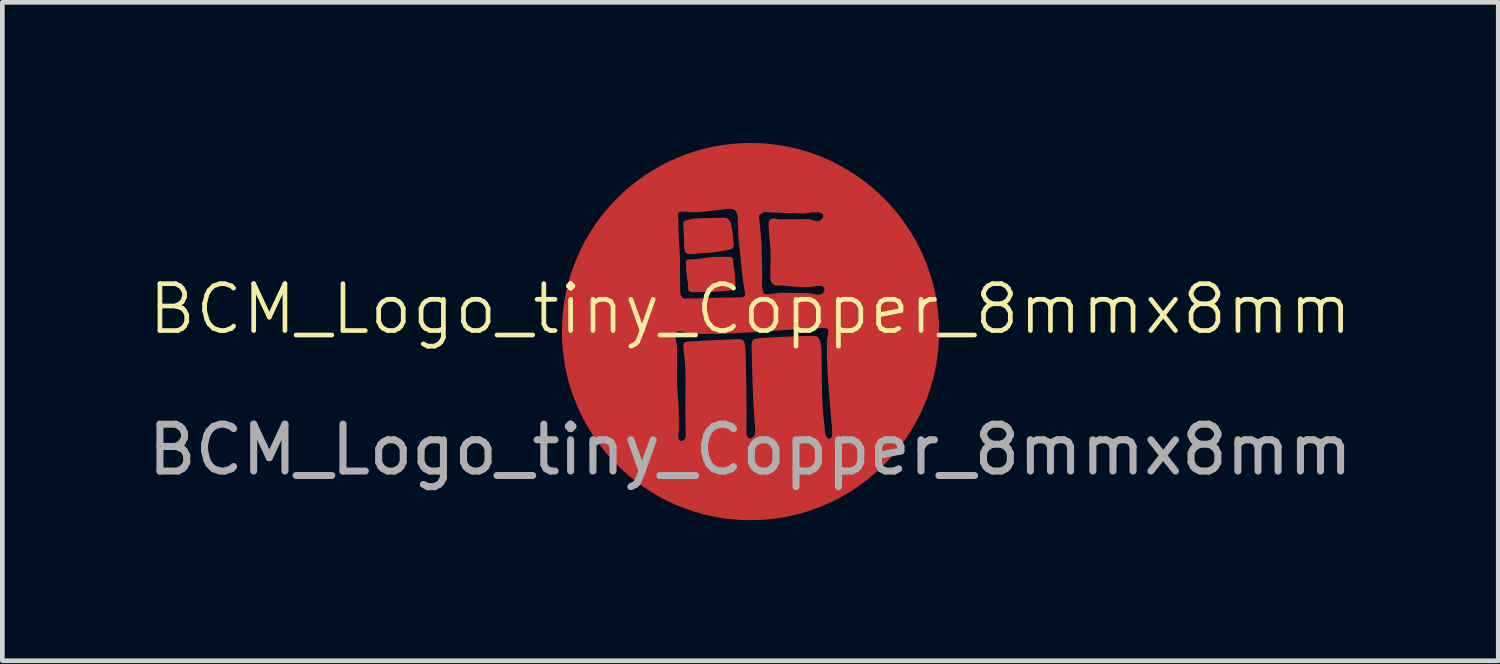
<source format=kicad_pcb>
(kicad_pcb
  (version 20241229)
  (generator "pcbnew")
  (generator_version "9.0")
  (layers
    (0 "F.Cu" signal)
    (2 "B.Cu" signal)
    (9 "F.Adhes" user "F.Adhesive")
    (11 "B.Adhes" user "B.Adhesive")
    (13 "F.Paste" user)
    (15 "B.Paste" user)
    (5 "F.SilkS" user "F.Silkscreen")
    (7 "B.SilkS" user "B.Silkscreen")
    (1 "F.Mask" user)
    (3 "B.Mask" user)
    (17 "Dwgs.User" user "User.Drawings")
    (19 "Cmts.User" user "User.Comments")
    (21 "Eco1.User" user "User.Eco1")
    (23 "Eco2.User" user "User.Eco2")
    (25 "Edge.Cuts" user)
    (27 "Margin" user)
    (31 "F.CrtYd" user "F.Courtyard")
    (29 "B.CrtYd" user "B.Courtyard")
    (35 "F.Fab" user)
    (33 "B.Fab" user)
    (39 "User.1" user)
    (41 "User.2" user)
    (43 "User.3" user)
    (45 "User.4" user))
  (footprint "BCM_Logo_tiny_Copper_8mmx8mm"
    (layer "F.Cu")
    (at 12.958 4.045)
    (property "Reference" "BCM_Logo_tiny_Copper_8mmx8mm" (at 0 -0.5 0) (unlocked yes) (layer "F.SilkS") (effects (font (size 1 1) (thickness 0.1))))
    (attr smd board_only exclude_from_bom)
    (fp_poly (pts (xy -0.422 -1.589) (xy -0.405 -1.58) (xy -0.395 -1.564) (xy -0.391 -1.491) (xy -0.367 -1.339) (xy -0.352 -1.196) (xy -0.342 -1.036) (xy -0.345 -0.984) (xy -0.357 -0.965) (xy -0.39 -0.944) (xy -0.44 -0.925) (xy -0.543 -0.914) (xy -0.875 -0.891) (xy -1.242 -0.888) (xy -1.286 -0.9) (xy -1.298 -0.925) (xy -1.3 -0.968) (xy -1.303 -1.048) (xy -1.318 -1.143) (xy -1.342 -1.324) (xy -1.34 -1.424) (xy -1.347 -1.509) (xy -1.339 -1.53) (xy -1.304 -1.533) (xy -1.2 -1.537) (xy -1.132 -1.542) (xy -1.013 -1.559) (xy -0.786 -1.586) (xy -0.547 -1.59)) (stroke (width 0.053) (type solid)) (fill yes) (layer "F.Cu"))
    (fp_poly (pts (xy -0.508 -2.413) (xy -0.483 -2.396) (xy -0.465 -2.372) (xy -0.445 -2.334) (xy -0.43 -2.268) (xy -0.418 -2.204) (xy -0.402 -2.124) (xy -0.382 -1.901) (xy -0.38 -1.858) (xy -0.389 -1.833) (xy -0.404 -1.811) (xy -0.432 -1.799) (xy -0.516 -1.781) (xy -0.693 -1.75) (xy -0.891 -1.727) (xy -1.113 -1.714) (xy -1.173 -1.703) (xy -1.281 -1.698) (xy -1.329 -1.704) (xy -1.359 -1.724) (xy -1.373 -1.743) (xy -1.384 -1.837) (xy -1.385 -1.943) (xy -1.405 -2.34) (xy -1.396 -2.351) (xy -1.387 -2.358) (xy -1.368 -2.367) (xy -1.331 -2.377) (xy -1.277 -2.39) (xy -1.196 -2.406) (xy -1.003 -2.414) (xy -0.862 -2.416) (xy -0.55 -2.424)) (stroke (width 0.053) (type solid)) (fill yes) (layer "F.Cu"))
    (fp_poly (pts (xy 0.21 -4.013) (xy 0.413 -3.997) (xy 0.613 -3.972) (xy 0.81 -3.937) (xy 1.003 -3.892) (xy 1.193 -3.838) (xy 1.379 -3.775) (xy 1.56 -3.704) (xy 1.738 -3.624) (xy 1.91 -3.535) (xy 2.077 -3.439) (xy 2.239 -3.335) (xy 2.396 -3.224) (xy 2.547 -3.105) (xy 2.692 -2.979) (xy 2.831 -2.847) (xy 2.963 -2.708) (xy 3.089 -2.563) (xy 3.208 -2.412) (xy 3.319 -2.255) (xy 3.423 -2.093) (xy 3.519 -1.926) (xy 3.608 -1.754) (xy 3.688 -1.576) (xy 3.759 -1.395) (xy 3.822 -1.209) (xy 3.876 -1.019) (xy 3.921 -0.826) (xy 3.956 -0.629) (xy 3.981 -0.429) (xy 3.997 -0.226) (xy 4.002 -0.02) (xy 3.997 0.185) (xy 3.981 0.388) (xy 3.956 0.588) (xy 3.921 0.785) (xy 3.876 0.979) (xy 3.822 1.168) (xy 3.759 1.354) (xy 3.688 1.536) (xy 3.608 1.713) (xy 3.519 1.885) (xy 3.423 2.052) (xy 3.319 2.215) (xy 3.208 2.371) (xy 3.089 2.522) (xy 2.963 2.667) (xy 2.831 2.806) (xy 2.692 2.939) (xy 2.547 3.064) (xy 2.396 3.183) (xy 2.239 3.294) (xy 2.077 3.398) (xy 1.91 3.495) (xy 1.738 3.583) (xy 1.56 3.663) (xy 1.379 3.734) (xy 1.193 3.797) (xy 1.003 3.851) (xy 0.81 3.896) (xy 0.613 3.931) (xy 0.413 3.956) (xy 0.21 3.972) (xy 0.004 3.977) (xy -0.201 3.972) (xy -0.404 3.956) (xy -0.604 3.931) (xy -0.801 3.896) (xy -0.995 3.851) (xy -1.184 3.797) (xy -1.37 3.734) (xy -1.552 3.663) (xy -1.729 3.583) (xy -1.901 3.495) (xy -2.068 3.398) (xy -2.231 3.294) (xy -2.387 3.183) (xy -2.538 3.064) (xy -2.683 2.939) (xy -2.822 2.806) (xy -2.955 2.667) (xy -3.08 2.522) (xy -3.199 2.371) (xy -3.31 2.215) (xy -3.414 2.052) (xy -3.511 1.885) (xy -3.599 1.713) (xy -3.679 1.536) (xy -3.75 1.354) (xy -3.813 1.168) (xy -3.867 0.979) (xy -3.912 0.785) (xy -3.947 0.588) (xy -3.972 0.388) (xy -3.988 0.185) (xy -3.99 0.11) (xy -1.627 0.11) (xy -1.624 0.133) (xy -1.613 0.17) (xy -1.6 0.235) (xy -1.587 0.306) (xy -1.588 0.417) (xy -1.587 0.682) (xy -1.592 0.94) (xy -1.588 1.128) (xy -1.562 1.468) (xy -1.551 1.647) (xy -1.551 1.854) (xy -1.549 2.075) (xy -1.562 2.181) (xy -1.561 2.244) (xy -1.551 2.279) (xy -1.539 2.301) (xy -1.524 2.321) (xy -1.509 2.335) (xy -1.486 2.339) (xy -1.466 2.34) (xy -1.439 2.336) (xy -1.415 2.323) (xy -1.397 2.307) (xy -1.38 2.291) (xy -1.358 2.248) (xy -1.35 2.198) (xy -1.356 1.941) (xy -1.358 1.637) (xy -1.357 1.188) (xy -1.354 0.926) (xy -1.361 0.749) (xy -1.373 0.575) (xy -1.4 0.326) (xy -1.405 0.289) (xy -1.4 0.259) (xy -1.391 0.24) (xy -1.374 0.228) (xy -1.347 0.219) (xy -1.27 0.216) (xy -1.123 0.208) (xy -0.895 0.196) (xy -0.428 0.173) (xy -0.254 0.167) (xy -0.205 0.173) (xy -0.173 0.187) (xy -0.155 0.211) (xy -0.145 0.245) (xy -0.127 0.381) (xy -0.12 0.657) (xy -0.113 1.047) (xy -0.11 1.305) (xy -0.106 1.763) (xy -0.108 2.182) (xy -0.091 2.218) (xy -0.076 2.252) (xy -0.038 2.28) (xy -0.009 2.287) (xy 0.031 2.279) (xy 0.069 2.253) (xy 0.097 2.231) (xy 0.116 2.203) (xy 0.129 2.155) (xy 0.131 2.066) (xy 0.122 1.937) (xy 0.112 1.821) (xy 0.096 1.552) (xy 0.074 1.067) (xy 0.062 0.591) (xy 0.053 0.255) (xy 0.066 0.194) (xy 0.081 0.169) (xy 0.122 0.159) (xy 0.189 0.148) (xy 0.275 0.141) (xy 0.453 0.131) (xy 0.739 0.116) (xy 1.125 0.101) (xy 1.36 0.099) (xy 1.398 0.104) (xy 1.421 0.113) (xy 1.436 0.131) (xy 1.453 0.159) (xy 1.468 0.194) (xy 1.477 0.247) (xy 1.486 0.3) (xy 1.493 0.444) (xy 1.497 0.709) (xy 1.502 1.134) (xy 1.507 1.331) (xy 1.519 1.598) (xy 1.534 1.79) (xy 1.555 1.983) (xy 1.566 2.106) (xy 1.583 2.186) (xy 1.594 2.222) (xy 1.611 2.248) (xy 1.625 2.268) (xy 1.649 2.284) (xy 1.666 2.289) (xy 1.693 2.289) (xy 1.714 2.287) (xy 1.731 2.271) (xy 1.747 2.259) (xy 1.767 2.229) (xy 1.771 2.193) (xy 1.774 2.132) (xy 1.77 2.032) (xy 1.733 1.632) (xy 1.707 1.276) (xy 1.675 0.849) (xy 1.661 0.569) (xy 1.661 0.197) (xy 1.663 0.166) (xy 1.675 0.098) (xy 1.687 0.043) (xy 1.692 -0.012) (xy 1.692 -0.048) (xy 1.679 -0.078) (xy 1.664 -0.097) (xy 1.631 -0.113) (xy 1.591 -0.123) (xy 1.45 -0.122) (xy 1.25 -0.111) (xy 0.827 -0.085) (xy 0.385 -0.057) (xy -0.029 -0.029) (xy -0.589 0.002) (xy -1.034 0.002) (xy -1.149 -0.001) (xy -1.309 -0.021) (xy -1.462 -0.048) (xy -1.475 -0.056) (xy -1.511 -0.056) (xy -1.548 -0.049) (xy -1.575 -0.038) (xy -1.605 -0.018) (xy -1.62 0.006) (xy -1.627 0.046) (xy -1.627 0.11) (xy -3.99 0.11) (xy -3.993 -0.02) (xy -3.988 -0.226) (xy -3.972 -0.429) (xy -3.947 -0.629) (xy -3.912 -0.826) (xy -3.867 -1.019) (xy -3.813 -1.209) (xy -3.75 -1.395) (xy -3.679 -1.576) (xy -3.599 -1.754) (xy -3.511 -1.926) (xy -3.414 -2.093) (xy -3.31 -2.255) (xy -3.199 -2.412) (xy -3.123 -2.509) (xy -1.575 -2.509) (xy -1.574 -2.476) (xy -1.562 -2.434) (xy -1.56 -2.23) (xy -1.552 -1.999) (xy -1.536 -1.78) (xy -1.527 -1.573) (xy -1.525 -1.268) (xy -1.521 -0.926) (xy -1.517 -0.827) (xy -1.509 -0.792) (xy -1.494 -0.765) (xy -1.482 -0.744) (xy -1.463 -0.725) (xy -1.427 -0.705) (xy -1.397 -0.699) (xy -1.285 -0.703) (xy -1.166 -0.701) (xy -0.89 -0.71) (xy -0.57 -0.717) (xy -0.246 -0.724) (xy -0.174 -0.727) (xy -0.132 -0.742) (xy -0.1 -0.764) (xy -0.086 -0.793) (xy -0.083 -0.837) (xy -0.097 -0.906) (xy -0.123 -1.067) (xy -0.156 -1.339) (xy -0.196 -1.738) (xy -0.228 -2.038) (xy -0.233 -2.219) (xy -0.242 -2.356) (xy -0.241 -2.449) (xy -0.245 -2.487) (xy 0.159 -2.487) (xy 0.169 -2.401) (xy 0.193 -2.146) (xy 0.215 -1.881) (xy 0.22 -1.602) (xy 0.225 -1.392) (xy 0.231 -1.131) (xy 0.22 -1.097) (xy 0.228 -0.957) (xy 0.242 -0.893) (xy 0.258 -0.847) (xy 0.274 -0.813) (xy 0.306 -0.794) (xy 0.403 -0.793) (xy 0.614 -0.821) (xy 0.709 -0.825) (xy 1.256 -0.812) (xy 1.43 -0.782) (xy 1.49 -0.783) (xy 1.524 -0.794) (xy 1.549 -0.812) (xy 1.573 -0.831) (xy 1.592 -0.856) (xy 1.604 -0.879) (xy 1.612 -0.909) (xy 1.607 -0.947) (xy 1.591 -0.976) (xy 1.568 -0.997) (xy 1.54 -1.013) (xy 1.508 -1.022) (xy 1.423 -1.022) (xy 1.269 -0.994) (xy 1.042 -0.995) (xy 0.706 -1.027) (xy 0.555 -1.03) (xy 0.518 -1.041) (xy 0.488 -1.06) (xy 0.465 -1.111) (xy 0.456 -1.15) (xy 0.453 -1.467) (xy 0.462 -1.523) (xy 0.457 -1.783) (xy 0.427 -2.125) (xy 0.418 -2.254) (xy 0.416 -2.321) (xy 0.418 -2.348) (xy 0.424 -2.376) (xy 0.443 -2.395) (xy 0.469 -2.404) (xy 0.518 -2.407) (xy 0.542 -2.401) (xy 0.617 -2.39) (xy 1.245 -2.391) (xy 1.275 -2.384) (xy 1.339 -2.368) (xy 1.364 -2.358) (xy 1.395 -2.35) (xy 1.478 -2.355) (xy 1.495 -2.363) (xy 1.553 -2.411) (xy 1.572 -2.441) (xy 1.584 -2.479) (xy 1.583 -2.505) (xy 1.573 -2.537) (xy 1.551 -2.557) (xy 1.527 -2.573) (xy 1.47 -2.592) (xy 1.305 -2.592) (xy 1.162 -2.565) (xy 0.408 -2.591) (xy 0.308 -2.603) (xy 0.25 -2.58) (xy 0.214 -2.553) (xy 0.186 -2.538) (xy 0.166 -2.513) (xy 0.159 -2.487) (xy -0.245 -2.487) (xy -0.249 -2.514) (xy -0.268 -2.572) (xy -0.295 -2.611) (xy -0.322 -2.635) (xy -0.363 -2.658) (xy -0.4 -2.666) (xy -0.473 -2.666) (xy -0.553 -2.655) (xy -0.933 -2.613) (xy -1.02 -2.602) (xy -1.127 -2.591) (xy -1.183 -2.594) (xy -1.291 -2.592) (xy -1.326 -2.6) (xy -1.401 -2.605) (xy -1.463 -2.608) (xy -1.516 -2.599) (xy -1.524 -2.591) (xy -1.546 -2.573) (xy -1.563 -2.556) (xy -1.575 -2.509) (xy -3.123 -2.509) (xy -3.08 -2.563) (xy -2.955 -2.708) (xy -2.822 -2.847) (xy -2.683 -2.979) (xy -2.538 -3.105) (xy -2.387 -3.224) (xy -2.231 -3.335) (xy -2.068 -3.439) (xy -1.901 -3.535) (xy -1.729 -3.624) (xy -1.552 -3.704) (xy -1.37 -3.775) (xy -1.184 -3.838) (xy -0.995 -3.892) (xy -0.801 -3.937) (xy -0.604 -3.972) (xy -0.404 -3.997) (xy -0.201 -4.013) (xy 0.004 -4.018)) (stroke (width 0.053) (type solid)) (fill yes) (layer "F.Cu"))
    (fp_poly (pts (xy -0.422 -1.589) (xy -0.405 -1.58) (xy -0.395 -1.564) (xy -0.391 -1.491) (xy -0.367 -1.339) (xy -0.352 -1.196) (xy -0.342 -1.036) (xy -0.345 -0.984) (xy -0.357 -0.965) (xy -0.39 -0.944) (xy -0.44 -0.925) (xy -0.543 -0.914) (xy -0.875 -0.891) (xy -1.242 -0.888) (xy -1.286 -0.9) (xy -1.298 -0.925) (xy -1.3 -0.968) (xy -1.303 -1.048) (xy -1.318 -1.143) (xy -1.342 -1.324) (xy -1.34 -1.424) (xy -1.347 -1.509) (xy -1.339 -1.53) (xy -1.304 -1.533) (xy -1.2 -1.537) (xy -1.132 -1.542) (xy -1.013 -1.559) (xy -0.786 -1.586) (xy -0.547 -1.59)) (stroke (width 0.053) (type solid)) (fill yes) (layer "F.Mask"))
    (fp_poly (pts (xy -0.508 -2.413) (xy -0.483 -2.396) (xy -0.465 -2.372) (xy -0.445 -2.334) (xy -0.43 -2.268) (xy -0.418 -2.204) (xy -0.402 -2.124) (xy -0.382 -1.901) (xy -0.38 -1.858) (xy -0.389 -1.833) (xy -0.404 -1.811) (xy -0.432 -1.799) (xy -0.516 -1.781) (xy -0.693 -1.75) (xy -0.891 -1.727) (xy -1.113 -1.714) (xy -1.173 -1.703) (xy -1.281 -1.698) (xy -1.329 -1.704) (xy -1.359 -1.724) (xy -1.373 -1.743) (xy -1.384 -1.837) (xy -1.385 -1.943) (xy -1.405 -2.34) (xy -1.396 -2.351) (xy -1.387 -2.358) (xy -1.368 -2.367) (xy -1.331 -2.377) (xy -1.277 -2.39) (xy -1.196 -2.406) (xy -1.003 -2.414) (xy -0.862 -2.416) (xy -0.55 -2.424)) (stroke (width 0.053) (type solid)) (fill yes) (layer "F.Mask"))
    (fp_poly (pts (xy 0.21 -4.013) (xy 0.413 -3.997) (xy 0.613 -3.972) (xy 0.81 -3.937) (xy 1.003 -3.892) (xy 1.193 -3.838) (xy 1.379 -3.775) (xy 1.56 -3.704) (xy 1.738 -3.624) (xy 1.91 -3.535) (xy 2.077 -3.439) (xy 2.239 -3.335) (xy 2.396 -3.224) (xy 2.547 -3.105) (xy 2.692 -2.979) (xy 2.831 -2.847) (xy 2.963 -2.708) (xy 3.089 -2.563) (xy 3.208 -2.412) (xy 3.319 -2.255) (xy 3.423 -2.093) (xy 3.519 -1.926) (xy 3.608 -1.754) (xy 3.688 -1.576) (xy 3.759 -1.395) (xy 3.822 -1.209) (xy 3.876 -1.019) (xy 3.921 -0.826) (xy 3.956 -0.629) (xy 3.981 -0.429) (xy 3.997 -0.226) (xy 4.002 -0.02) (xy 3.997 0.185) (xy 3.981 0.388) (xy 3.956 0.588) (xy 3.921 0.785) (xy 3.876 0.979) (xy 3.822 1.168) (xy 3.759 1.354) (xy 3.688 1.536) (xy 3.608 1.713) (xy 3.519 1.885) (xy 3.423 2.052) (xy 3.319 2.215) (xy 3.208 2.371) (xy 3.089 2.522) (xy 2.963 2.667) (xy 2.831 2.806) (xy 2.692 2.939) (xy 2.547 3.064) (xy 2.396 3.183) (xy 2.239 3.294) (xy 2.077 3.398) (xy 1.91 3.495) (xy 1.738 3.583) (xy 1.56 3.663) (xy 1.379 3.734) (xy 1.193 3.797) (xy 1.003 3.851) (xy 0.81 3.896) (xy 0.613 3.931) (xy 0.413 3.956) (xy 0.21 3.972) (xy 0.004 3.977) (xy -0.201 3.972) (xy -0.404 3.956) (xy -0.604 3.931) (xy -0.801 3.896) (xy -0.995 3.851) (xy -1.184 3.797) (xy -1.37 3.734) (xy -1.552 3.663) (xy -1.729 3.583) (xy -1.901 3.495) (xy -2.068 3.398) (xy -2.231 3.294) (xy -2.387 3.183) (xy -2.538 3.064) (xy -2.683 2.939) (xy -2.822 2.806) (xy -2.955 2.667) (xy -3.08 2.522) (xy -3.199 2.371) (xy -3.31 2.215) (xy -3.414 2.052) (xy -3.511 1.885) (xy -3.599 1.713) (xy -3.679 1.536) (xy -3.75 1.354) (xy -3.813 1.168) (xy -3.867 0.979) (xy -3.912 0.785) (xy -3.947 0.588) (xy -3.972 0.388) (xy -3.988 0.185) (xy -3.99 0.11) (xy -1.627 0.11) (xy -1.624 0.133) (xy -1.613 0.17) (xy -1.6 0.235) (xy -1.587 0.306) (xy -1.588 0.417) (xy -1.587 0.682) (xy -1.592 0.94) (xy -1.588 1.128) (xy -1.562 1.468) (xy -1.551 1.647) (xy -1.551 1.854) (xy -1.549 2.075) (xy -1.562 2.181) (xy -1.561 2.244) (xy -1.551 2.279) (xy -1.539 2.301) (xy -1.524 2.321) (xy -1.509 2.335) (xy -1.486 2.339) (xy -1.466 2.34) (xy -1.439 2.336) (xy -1.415 2.323) (xy -1.397 2.307) (xy -1.38 2.291) (xy -1.358 2.248) (xy -1.35 2.198) (xy -1.356 1.941) (xy -1.358 1.637) (xy -1.357 1.188) (xy -1.354 0.926) (xy -1.361 0.749) (xy -1.373 0.575) (xy -1.4 0.326) (xy -1.405 0.289) (xy -1.4 0.259) (xy -1.391 0.24) (xy -1.374 0.228) (xy -1.347 0.219) (xy -1.27 0.216) (xy -1.123 0.208) (xy -0.895 0.196) (xy -0.428 0.173) (xy -0.254 0.167) (xy -0.205 0.173) (xy -0.173 0.187) (xy -0.155 0.211) (xy -0.145 0.245) (xy -0.127 0.381) (xy -0.12 0.657) (xy -0.113 1.047) (xy -0.11 1.305) (xy -0.106 1.763) (xy -0.108 2.182) (xy -0.091 2.218) (xy -0.076 2.252) (xy -0.038 2.28) (xy -0.009 2.287) (xy 0.031 2.279) (xy 0.069 2.253) (xy 0.097 2.231) (xy 0.116 2.203) (xy 0.129 2.155) (xy 0.131 2.066) (xy 0.122 1.937) (xy 0.112 1.821) (xy 0.096 1.552) (xy 0.074 1.067) (xy 0.062 0.591) (xy 0.053 0.255) (xy 0.066 0.194) (xy 0.081 0.169) (xy 0.122 0.159) (xy 0.189 0.148) (xy 0.275 0.141) (xy 0.453 0.131) (xy 0.739 0.116) (xy 1.125 0.101) (xy 1.36 0.099) (xy 1.398 0.104) (xy 1.421 0.113) (xy 1.436 0.131) (xy 1.453 0.159) (xy 1.468 0.194) (xy 1.477 0.247) (xy 1.486 0.3) (xy 1.493 0.444) (xy 1.497 0.709) (xy 1.502 1.134) (xy 1.507 1.331) (xy 1.519 1.598) (xy 1.534 1.79) (xy 1.555 1.983) (xy 1.566 2.106) (xy 1.583 2.186) (xy 1.594 2.222) (xy 1.611 2.248) (xy 1.625 2.268) (xy 1.649 2.284) (xy 1.666 2.289) (xy 1.693 2.289) (xy 1.714 2.287) (xy 1.731 2.271) (xy 1.747 2.259) (xy 1.767 2.229) (xy 1.771 2.193) (xy 1.774 2.132) (xy 1.77 2.032) (xy 1.733 1.632) (xy 1.707 1.276) (xy 1.675 0.849) (xy 1.661 0.569) (xy 1.661 0.197) (xy 1.663 0.166) (xy 1.675 0.098) (xy 1.687 0.043) (xy 1.692 -0.012) (xy 1.692 -0.048) (xy 1.679 -0.078) (xy 1.664 -0.097) (xy 1.631 -0.113) (xy 1.591 -0.123) (xy 1.45 -0.122) (xy 1.25 -0.111) (xy 0.827 -0.085) (xy 0.385 -0.057) (xy -0.029 -0.029) (xy -0.589 0.002) (xy -1.034 0.002) (xy -1.149 -0.001) (xy -1.309 -0.021) (xy -1.462 -0.048) (xy -1.475 -0.056) (xy -1.511 -0.056) (xy -1.548 -0.049) (xy -1.575 -0.038) (xy -1.605 -0.018) (xy -1.62 0.006) (xy -1.627 0.046) (xy -1.627 0.11) (xy -3.99 0.11) (xy -3.993 -0.02) (xy -3.988 -0.226) (xy -3.972 -0.429) (xy -3.947 -0.629) (xy -3.912 -0.826) (xy -3.867 -1.019) (xy -3.813 -1.209) (xy -3.75 -1.395) (xy -3.679 -1.576) (xy -3.599 -1.754) (xy -3.511 -1.926) (xy -3.414 -2.093) (xy -3.31 -2.255) (xy -3.199 -2.412) (xy -3.123 -2.509) (xy -1.575 -2.509) (xy -1.574 -2.476) (xy -1.562 -2.434) (xy -1.56 -2.23) (xy -1.552 -1.999) (xy -1.536 -1.78) (xy -1.527 -1.573) (xy -1.525 -1.268) (xy -1.521 -0.926) (xy -1.517 -0.827) (xy -1.509 -0.792) (xy -1.494 -0.765) (xy -1.482 -0.744) (xy -1.463 -0.725) (xy -1.427 -0.705) (xy -1.397 -0.699) (xy -1.285 -0.703) (xy -1.166 -0.701) (xy -0.89 -0.71) (xy -0.57 -0.717) (xy -0.246 -0.724) (xy -0.174 -0.727) (xy -0.132 -0.742) (xy -0.1 -0.764) (xy -0.086 -0.793) (xy -0.083 -0.837) (xy -0.097 -0.906) (xy -0.123 -1.067) (xy -0.156 -1.339) (xy -0.196 -1.738) (xy -0.228 -2.038) (xy -0.233 -2.219) (xy -0.242 -2.356) (xy -0.241 -2.449) (xy -0.245 -2.487) (xy 0.159 -2.487) (xy 0.169 -2.401) (xy 0.193 -2.146) (xy 0.215 -1.881) (xy 0.22 -1.602) (xy 0.225 -1.392) (xy 0.231 -1.131) (xy 0.22 -1.097) (xy 0.228 -0.957) (xy 0.242 -0.893) (xy 0.258 -0.847) (xy 0.274 -0.813) (xy 0.306 -0.794) (xy 0.403 -0.793) (xy 0.614 -0.821) (xy 0.709 -0.825) (xy 1.256 -0.812) (xy 1.43 -0.782) (xy 1.49 -0.783) (xy 1.524 -0.794) (xy 1.549 -0.812) (xy 1.573 -0.831) (xy 1.592 -0.856) (xy 1.604 -0.879) (xy 1.612 -0.909) (xy 1.607 -0.947) (xy 1.591 -0.976) (xy 1.568 -0.997) (xy 1.54 -1.013) (xy 1.508 -1.022) (xy 1.423 -1.022) (xy 1.269 -0.994) (xy 1.042 -0.995) (xy 0.706 -1.027) (xy 0.555 -1.03) (xy 0.518 -1.041) (xy 0.488 -1.06) (xy 0.465 -1.111) (xy 0.456 -1.15) (xy 0.453 -1.467) (xy 0.462 -1.523) (xy 0.457 -1.783) (xy 0.427 -2.125) (xy 0.418 -2.254) (xy 0.416 -2.321) (xy 0.418 -2.348) (xy 0.424 -2.376) (xy 0.443 -2.395) (xy 0.469 -2.404) (xy 0.518 -2.407) (xy 0.542 -2.401) (xy 0.617 -2.39) (xy 1.245 -2.391) (xy 1.275 -2.384) (xy 1.339 -2.368) (xy 1.364 -2.358) (xy 1.395 -2.35) (xy 1.478 -2.355) (xy 1.495 -2.363) (xy 1.553 -2.411) (xy 1.572 -2.441) (xy 1.584 -2.479) (xy 1.583 -2.505) (xy 1.573 -2.537) (xy 1.551 -2.557) (xy 1.527 -2.573) (xy 1.47 -2.592) (xy 1.305 -2.592) (xy 1.162 -2.565) (xy 0.408 -2.591) (xy 0.308 -2.603) (xy 0.25 -2.58) (xy 0.214 -2.553) (xy 0.186 -2.538) (xy 0.166 -2.513) (xy 0.159 -2.487) (xy -0.245 -2.487) (xy -0.249 -2.514) (xy -0.268 -2.572) (xy -0.295 -2.611) (xy -0.322 -2.635) (xy -0.363 -2.658) (xy -0.4 -2.666) (xy -0.473 -2.666) (xy -0.553 -2.655) (xy -0.933 -2.613) (xy -1.02 -2.602) (xy -1.127 -2.591) (xy -1.183 -2.594) (xy -1.291 -2.592) (xy -1.326 -2.6) (xy -1.401 -2.605) (xy -1.463 -2.608) (xy -1.516 -2.599) (xy -1.524 -2.591) (xy -1.546 -2.573) (xy -1.563 -2.556) (xy -1.575 -2.509) (xy -3.123 -2.509) (xy -3.08 -2.563) (xy -2.955 -2.708) (xy -2.822 -2.847) (xy -2.683 -2.979) (xy -2.538 -3.105) (xy -2.387 -3.224) (xy -2.231 -3.335) (xy -2.068 -3.439) (xy -1.901 -3.535) (xy -1.729 -3.624) (xy -1.552 -3.704) (xy -1.37 -3.775) (xy -1.184 -3.838) (xy -0.995 -3.892) (xy -0.801 -3.937) (xy -0.604 -3.972) (xy -0.404 -3.997) (xy -0.201 -4.013) (xy 0.004 -4.018)) (stroke (width 0.053) (type solid)) (fill yes) (layer "F.Mask"))
    (fp_text user "${REFERENCE}" (at 0 2.5 0) (unlocked yes) (layer "F.Fab") (effects (font (size 1 1) (thickness 0.15)))))
  (gr_rect
    (start -3 -3)
    (end 28.917 11.048)
    (stroke (width 0.1) (type default))
    (fill no)
    (layer "Edge.Cuts")))
</source>
